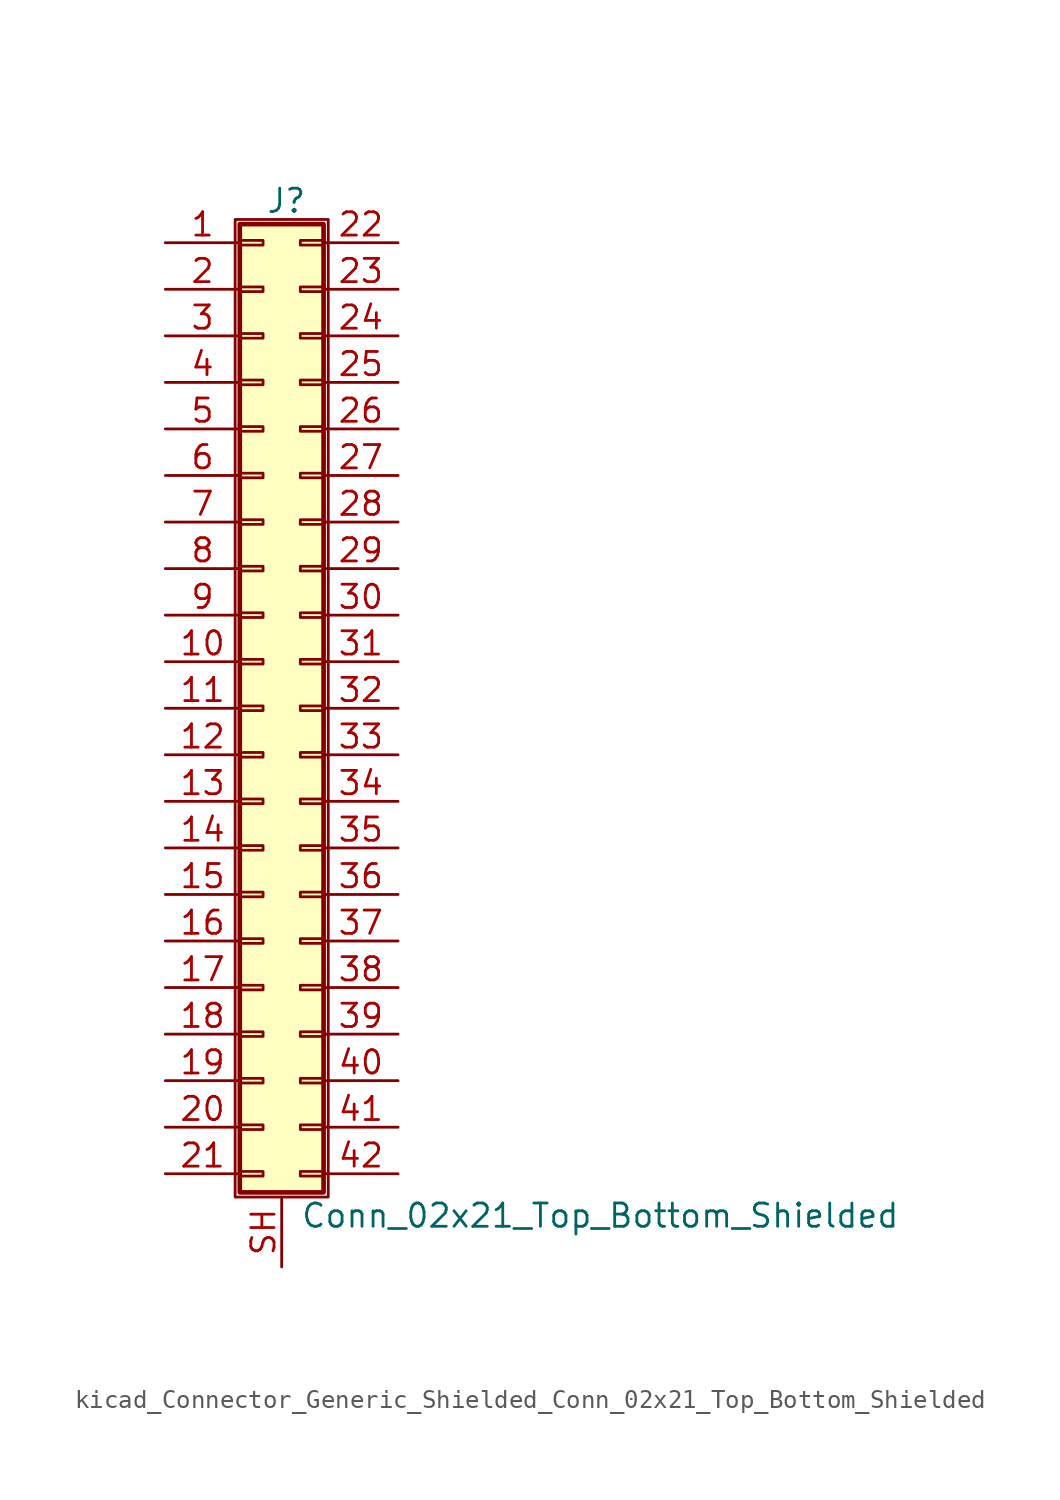
<source format=kicad_sym>
(kicad_symbol_lib
  (version 20220914)
  (generator kicad_symbol_editor)
  (symbol "kicad_Connector_Generic_Shielded_Conn_02x21_Top_Bottom_Shielded"
    (pin_names
      (offset 1.016) hide)
    (property "Reference" "J"
      (at 1.524 27.686 0)
      (effects (font (size 1.27 1.27))))
    (property "Value" "Conn_02x21_Top_Bottom_Shielded"
      (at 2.286 -27.686 0)
      (effects (font (size 1.27 1.27)) (justify left)))
    (symbol "kicad_Connector_Generic_Shielded_Conn_02x21_Top_Bottom_Shielded_1_1"
      (rectangle (start -1.27 26.67) (end 3.81 -26.67) (stroke (width 0.152) (type default)) (fill (type none)))
      (rectangle (start -1.016 -25.273) (end 0.254 -25.527) (stroke (width 0.152) (type default)) (fill (type none)))
      (rectangle (start -1.016 -22.733) (end 0.254 -22.987) (stroke (width 0.152) (type default)) (fill (type none)))
      (rectangle (start -1.016 -20.193) (end 0.254 -20.447) (stroke (width 0.152) (type default)) (fill (type none)))
      (rectangle (start -1.016 -17.653) (end 0.254 -17.907) (stroke (width 0.152) (type default)) (fill (type none)))
      (rectangle (start -1.016 -15.113) (end 0.254 -15.367) (stroke (width 0.152) (type default)) (fill (type none)))
      (rectangle (start -1.016 -12.573) (end 0.254 -12.827) (stroke (width 0.152) (type default)) (fill (type none)))
      (rectangle (start -1.016 -10.033) (end 0.254 -10.287) (stroke (width 0.152) (type default)) (fill (type none)))
      (rectangle (start -1.016 -7.493) (end 0.254 -7.747) (stroke (width 0.152) (type default)) (fill (type none)))
      (rectangle (start -1.016 -4.953) (end 0.254 -5.207) (stroke (width 0.152) (type default)) (fill (type none)))
      (rectangle (start -1.016 -2.413) (end 0.254 -2.667) (stroke (width 0.152) (type default)) (fill (type none)))
      (rectangle (start -1.016 0.127) (end 0.254 -0.127) (stroke (width 0.152) (type default)) (fill (type none)))
      (rectangle (start -1.016 2.667) (end 0.254 2.413) (stroke (width 0.152) (type default)) (fill (type none)))
      (rectangle (start -1.016 5.207) (end 0.254 4.953) (stroke (width 0.152) (type default)) (fill (type none)))
      (rectangle (start -1.016 7.747) (end 0.254 7.493) (stroke (width 0.152) (type default)) (fill (type none)))
      (rectangle (start -1.016 10.287) (end 0.254 10.033) (stroke (width 0.152) (type default)) (fill (type none)))
      (rectangle (start -1.016 12.827) (end 0.254 12.573) (stroke (width 0.152) (type default)) (fill (type none)))
      (rectangle (start -1.016 15.367) (end 0.254 15.113) (stroke (width 0.152) (type default)) (fill (type none)))
      (rectangle (start -1.016 17.907) (end 0.254 17.653) (stroke (width 0.152) (type default)) (fill (type none)))
      (rectangle (start -1.016 20.447) (end 0.254 20.193) (stroke (width 0.152) (type default)) (fill (type none)))
      (rectangle (start -1.016 22.987) (end 0.254 22.733) (stroke (width 0.152) (type default)) (fill (type none)))
      (rectangle (start -1.016 25.527) (end 0.254 25.273) (stroke (width 0.152) (type default)) (fill (type none)))
      (rectangle (start -1.016 26.416) (end 3.556 -26.416) (stroke (width 0.254) (type default)) (fill (type background)))
      (rectangle (start 3.556 -25.273) (end 2.286 -25.527) (stroke (width 0.152) (type default)) (fill (type none)))
      (rectangle (start 3.556 -22.733) (end 2.286 -22.987) (stroke (width 0.152) (type default)) (fill (type none)))
      (rectangle (start 3.556 -20.193) (end 2.286 -20.447) (stroke (width 0.152) (type default)) (fill (type none)))
      (rectangle (start 3.556 -17.653) (end 2.286 -17.907) (stroke (width 0.152) (type default)) (fill (type none)))
      (rectangle (start 3.556 -15.113) (end 2.286 -15.367) (stroke (width 0.152) (type default)) (fill (type none)))
      (rectangle (start 3.556 -12.573) (end 2.286 -12.827) (stroke (width 0.152) (type default)) (fill (type none)))
      (rectangle (start 3.556 -10.033) (end 2.286 -10.287) (stroke (width 0.152) (type default)) (fill (type none)))
      (rectangle (start 3.556 -7.493) (end 2.286 -7.747) (stroke (width 0.152) (type default)) (fill (type none)))
      (rectangle (start 3.556 -4.953) (end 2.286 -5.207) (stroke (width 0.152) (type default)) (fill (type none)))
      (rectangle (start 3.556 -2.413) (end 2.286 -2.667) (stroke (width 0.152) (type default)) (fill (type none)))
      (rectangle (start 3.556 0.127) (end 2.286 -0.127) (stroke (width 0.152) (type default)) (fill (type none)))
      (rectangle (start 3.556 2.667) (end 2.286 2.413) (stroke (width 0.152) (type default)) (fill (type none)))
      (rectangle (start 3.556 5.207) (end 2.286 4.953) (stroke (width 0.152) (type default)) (fill (type none)))
      (rectangle (start 3.556 7.747) (end 2.286 7.493) (stroke (width 0.152) (type default)) (fill (type none)))
      (rectangle (start 3.556 10.287) (end 2.286 10.033) (stroke (width 0.152) (type default)) (fill (type none)))
      (rectangle (start 3.556 12.827) (end 2.286 12.573) (stroke (width 0.152) (type default)) (fill (type none)))
      (rectangle (start 3.556 15.367) (end 2.286 15.113) (stroke (width 0.152) (type default)) (fill (type none)))
      (rectangle (start 3.556 17.907) (end 2.286 17.653) (stroke (width 0.152) (type default)) (fill (type none)))
      (rectangle (start 3.556 20.447) (end 2.286 20.193) (stroke (width 0.152) (type default)) (fill (type none)))
      (rectangle (start 3.556 22.987) (end 2.286 22.733) (stroke (width 0.152) (type default)) (fill (type none)))
      (rectangle (start 3.556 25.527) (end 2.286 25.273) (stroke (width 0.152) (type default)) (fill (type none)))
      (pin passive line (at -5.08 25.4 0) (length 4.064) (name "Pin_1" (effects (font (size 1.27 1.27)))) (number "1" (effects (font (size 1.27 1.27)))))
      (pin passive line (at -5.08 2.54 0) (length 4.064) (name "Pin_10" (effects (font (size 1.27 1.27)))) (number "10" (effects (font (size 1.27 1.27)))))
      (pin passive line (at -5.08 0 0) (length 4.064) (name "Pin_11" (effects (font (size 1.27 1.27)))) (number "11" (effects (font (size 1.27 1.27)))))
      (pin passive line (at -5.08 -2.54 0) (length 4.064) (name "Pin_12" (effects (font (size 1.27 1.27)))) (number "12" (effects (font (size 1.27 1.27)))))
      (pin passive line (at -5.08 -5.08 0) (length 4.064) (name "Pin_13" (effects (font (size 1.27 1.27)))) (number "13" (effects (font (size 1.27 1.27)))))
      (pin passive line (at -5.08 -7.62 0) (length 4.064) (name "Pin_14" (effects (font (size 1.27 1.27)))) (number "14" (effects (font (size 1.27 1.27)))))
      (pin passive line (at -5.08 -10.16 0) (length 4.064) (name "Pin_15" (effects (font (size 1.27 1.27)))) (number "15" (effects (font (size 1.27 1.27)))))
      (pin passive line (at -5.08 -12.7 0) (length 4.064) (name "Pin_16" (effects (font (size 1.27 1.27)))) (number "16" (effects (font (size 1.27 1.27)))))
      (pin passive line (at -5.08 -15.24 0) (length 4.064) (name "Pin_17" (effects (font (size 1.27 1.27)))) (number "17" (effects (font (size 1.27 1.27)))))
      (pin passive line (at -5.08 -17.78 0) (length 4.064) (name "Pin_18" (effects (font (size 1.27 1.27)))) (number "18" (effects (font (size 1.27 1.27)))))
      (pin passive line (at -5.08 -20.32 0) (length 4.064) (name "Pin_19" (effects (font (size 1.27 1.27)))) (number "19" (effects (font (size 1.27 1.27)))))
      (pin passive line (at -5.08 22.86 0) (length 4.064) (name "Pin_2" (effects (font (size 1.27 1.27)))) (number "2" (effects (font (size 1.27 1.27)))))
      (pin passive line (at -5.08 -22.86 0) (length 4.064) (name "Pin_20" (effects (font (size 1.27 1.27)))) (number "20" (effects (font (size 1.27 1.27)))))
      (pin passive line (at -5.08 -25.4 0) (length 4.064) (name "Pin_21" (effects (font (size 1.27 1.27)))) (number "21" (effects (font (size 1.27 1.27)))))
      (pin passive line (at 7.62 25.4 180) (length 4.064) (name "Pin_22" (effects (font (size 1.27 1.27)))) (number "22" (effects (font (size 1.27 1.27)))))
      (pin passive line (at 7.62 22.86 180) (length 4.064) (name "Pin_23" (effects (font (size 1.27 1.27)))) (number "23" (effects (font (size 1.27 1.27)))))
      (pin passive line (at 7.62 20.32 180) (length 4.064) (name "Pin_24" (effects (font (size 1.27 1.27)))) (number "24" (effects (font (size 1.27 1.27)))))
      (pin passive line (at 7.62 17.78 180) (length 4.064) (name "Pin_25" (effects (font (size 1.27 1.27)))) (number "25" (effects (font (size 1.27 1.27)))))
      (pin passive line (at 7.62 15.24 180) (length 4.064) (name "Pin_26" (effects (font (size 1.27 1.27)))) (number "26" (effects (font (size 1.27 1.27)))))
      (pin passive line (at 7.62 12.7 180) (length 4.064) (name "Pin_27" (effects (font (size 1.27 1.27)))) (number "27" (effects (font (size 1.27 1.27)))))
      (pin passive line (at 7.62 10.16 180) (length 4.064) (name "Pin_28" (effects (font (size 1.27 1.27)))) (number "28" (effects (font (size 1.27 1.27)))))
      (pin passive line (at 7.62 7.62 180) (length 4.064) (name "Pin_29" (effects (font (size 1.27 1.27)))) (number "29" (effects (font (size 1.27 1.27)))))
      (pin passive line (at -5.08 20.32 0) (length 4.064) (name "Pin_3" (effects (font (size 1.27 1.27)))) (number "3" (effects (font (size 1.27 1.27)))))
      (pin passive line (at 7.62 5.08 180) (length 4.064) (name "Pin_30" (effects (font (size 1.27 1.27)))) (number "30" (effects (font (size 1.27 1.27)))))
      (pin passive line (at 7.62 2.54 180) (length 4.064) (name "Pin_31" (effects (font (size 1.27 1.27)))) (number "31" (effects (font (size 1.27 1.27)))))
      (pin passive line (at 7.62 0 180) (length 4.064) (name "Pin_32" (effects (font (size 1.27 1.27)))) (number "32" (effects (font (size 1.27 1.27)))))
      (pin passive line (at 7.62 -2.54 180) (length 4.064) (name "Pin_33" (effects (font (size 1.27 1.27)))) (number "33" (effects (font (size 1.27 1.27)))))
      (pin passive line (at 7.62 -5.08 180) (length 4.064) (name "Pin_34" (effects (font (size 1.27 1.27)))) (number "34" (effects (font (size 1.27 1.27)))))
      (pin passive line (at 7.62 -7.62 180) (length 4.064) (name "Pin_35" (effects (font (size 1.27 1.27)))) (number "35" (effects (font (size 1.27 1.27)))))
      (pin passive line (at 7.62 -10.16 180) (length 4.064) (name "Pin_36" (effects (font (size 1.27 1.27)))) (number "36" (effects (font (size 1.27 1.27)))))
      (pin passive line (at 7.62 -12.7 180) (length 4.064) (name "Pin_37" (effects (font (size 1.27 1.27)))) (number "37" (effects (font (size 1.27 1.27)))))
      (pin passive line (at 7.62 -15.24 180) (length 4.064) (name "Pin_38" (effects (font (size 1.27 1.27)))) (number "38" (effects (font (size 1.27 1.27)))))
      (pin passive line (at 7.62 -17.78 180) (length 4.064) (name "Pin_39" (effects (font (size 1.27 1.27)))) (number "39" (effects (font (size 1.27 1.27)))))
      (pin passive line (at -5.08 17.78 0) (length 4.064) (name "Pin_4" (effects (font (size 1.27 1.27)))) (number "4" (effects (font (size 1.27 1.27)))))
      (pin passive line (at 7.62 -20.32 180) (length 4.064) (name "Pin_40" (effects (font (size 1.27 1.27)))) (number "40" (effects (font (size 1.27 1.27)))))
      (pin passive line (at 7.62 -22.86 180) (length 4.064) (name "Pin_41" (effects (font (size 1.27 1.27)))) (number "41" (effects (font (size 1.27 1.27)))))
      (pin passive line (at 7.62 -25.4 180) (length 4.064) (name "Pin_42" (effects (font (size 1.27 1.27)))) (number "42" (effects (font (size 1.27 1.27)))))
      (pin passive line (at -5.08 15.24 0) (length 4.064) (name "Pin_5" (effects (font (size 1.27 1.27)))) (number "5" (effects (font (size 1.27 1.27)))))
      (pin passive line (at -5.08 12.7 0) (length 4.064) (name "Pin_6" (effects (font (size 1.27 1.27)))) (number "6" (effects (font (size 1.27 1.27)))))
      (pin passive line (at -5.08 10.16 0) (length 4.064) (name "Pin_7" (effects (font (size 1.27 1.27)))) (number "7" (effects (font (size 1.27 1.27)))))
      (pin passive line (at -5.08 7.62 0) (length 4.064) (name "Pin_8" (effects (font (size 1.27 1.27)))) (number "8" (effects (font (size 1.27 1.27)))))
      (pin passive line (at -5.08 5.08 0) (length 4.064) (name "Pin_9" (effects (font (size 1.27 1.27)))) (number "9" (effects (font (size 1.27 1.27)))))
      (pin passive line (at 1.27 -30.48 90) (length 3.81) (name "Shield" (effects (font (size 1.27 1.27)))) (number "SH" (effects (font (size 1.27 1.27))))))))
</source>
